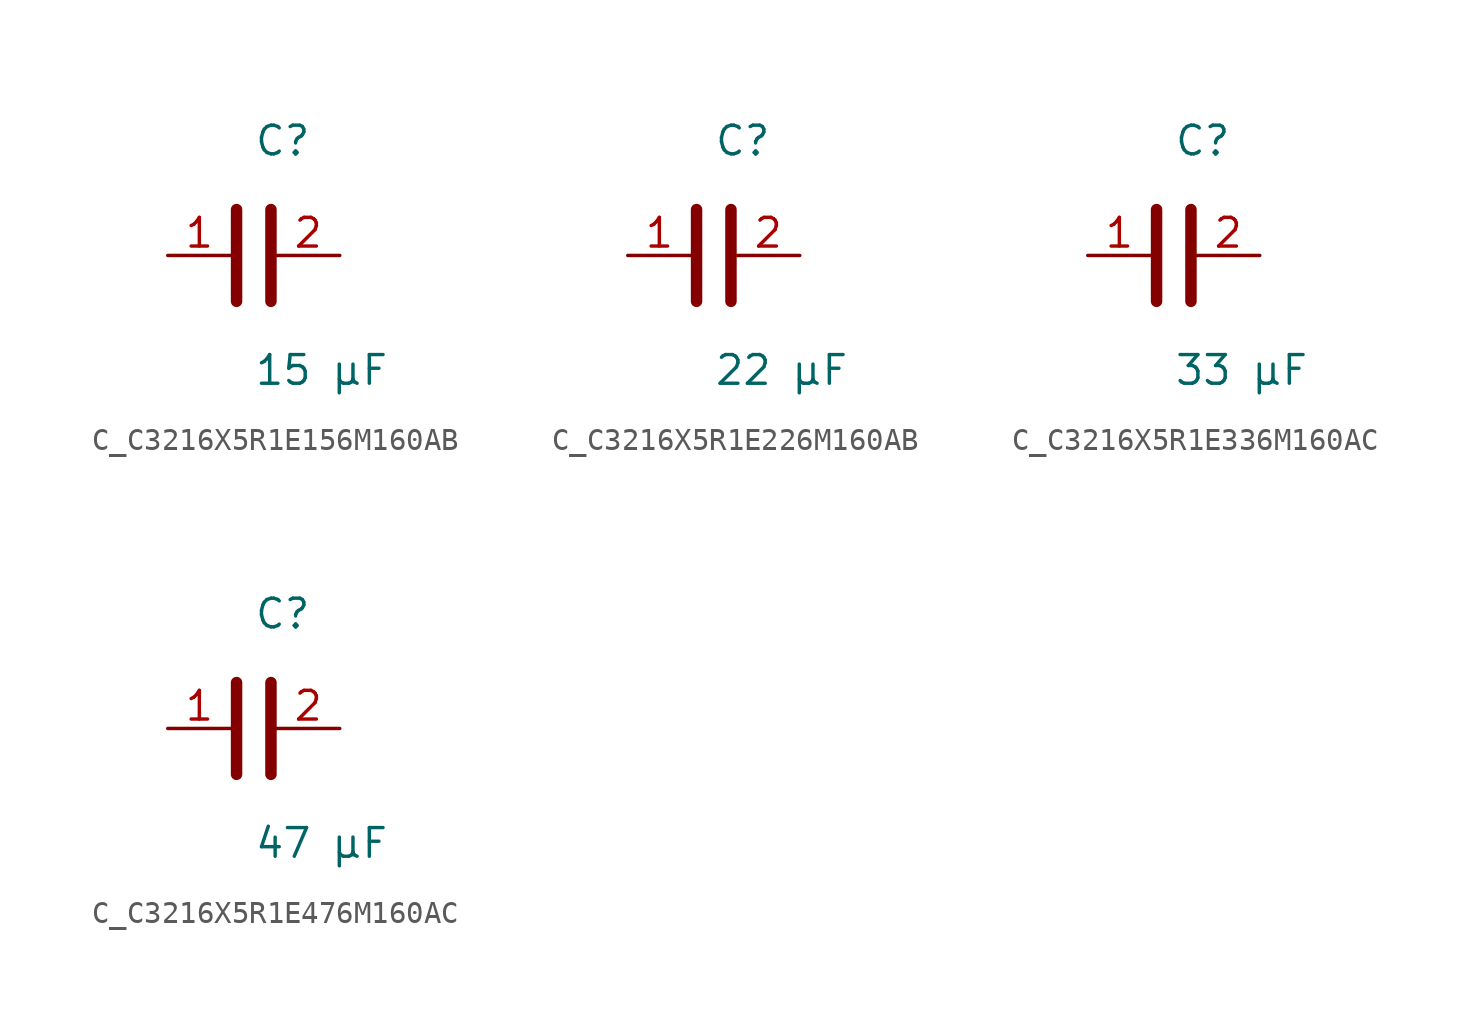
<source format=kicad_sym>
(kicad_symbol_lib
  (version 20231120)
  (generator kicad_symbol_editor)
  (generator_version 8.0)
  (symbol "C_C3216X5R1E156M160AB"
    (pin_names
      (offset 0.254))
    (property "Reference" "C"
      (at 0 5.08 0)
      (effects (font (size 1.27 1.27)) (justify left)))
    (property "Value" "15 µF"
      (at 0 -5.08 0)
      (effects (font (size 1.27 1.27)) (justify left)))
    (symbol "C_C3216X5R1E156M160AB_0_1"
      (polyline (pts (xy -0.762 -2.032) (xy -0.762 2.032)) (stroke (width 0.508) (type default)) (fill (type none)))
      (polyline (pts (xy 0.762 -2.032) (xy 0.762 2.032)) (stroke (width 0.508) (type default)) (fill (type none))))
    (pin passive line
      (at -3.81 0 0)
      (length 2.8)
      (name "" (effects (font (size 1.27 1.27))))
      (number "1" (effects (font (size 1.27 1.27)))))
    (pin passive line
      (at 3.81 0 180)
      (length 2.8)
      (name "" (effects (font (size 1.27 1.27))))
      (number "2" (effects (font (size 1.27 1.27))))))
  (symbol "C_C3216X5R1E226M160AB"
    (pin_names
      (offset 0.254))
    (property "Reference" "C"
      (at 0 5.08 0)
      (effects (font (size 1.27 1.27)) (justify left)))
    (property "Value" "22 µF"
      (at 0 -5.08 0)
      (effects (font (size 1.27 1.27)) (justify left)))
    (symbol "C_C3216X5R1E226M160AB_0_1"
      (polyline (pts (xy -0.762 -2.032) (xy -0.762 2.032)) (stroke (width 0.508) (type default)) (fill (type none)))
      (polyline (pts (xy 0.762 -2.032) (xy 0.762 2.032)) (stroke (width 0.508) (type default)) (fill (type none))))
    (pin passive line
      (at -3.81 0 0)
      (length 2.8)
      (name "" (effects (font (size 1.27 1.27))))
      (number "1" (effects (font (size 1.27 1.27)))))
    (pin passive line
      (at 3.81 0 180)
      (length 2.8)
      (name "" (effects (font (size 1.27 1.27))))
      (number "2" (effects (font (size 1.27 1.27))))))
  (symbol "C_C3216X5R1E336M160AC"
    (pin_names
      (offset 0.254))
    (property "Reference" "C"
      (at 0 5.08 0)
      (effects (font (size 1.27 1.27)) (justify left)))
    (property "Value" "33 µF"
      (at 0 -5.08 0)
      (effects (font (size 1.27 1.27)) (justify left)))
    (symbol "C_C3216X5R1E336M160AC_0_1"
      (polyline (pts (xy -0.762 -2.032) (xy -0.762 2.032)) (stroke (width 0.508) (type default)) (fill (type none)))
      (polyline (pts (xy 0.762 -2.032) (xy 0.762 2.032)) (stroke (width 0.508) (type default)) (fill (type none))))
    (pin passive line
      (at -3.81 0 0)
      (length 2.8)
      (name "" (effects (font (size 1.27 1.27))))
      (number "1" (effects (font (size 1.27 1.27)))))
    (pin passive line
      (at 3.81 0 180)
      (length 2.8)
      (name "" (effects (font (size 1.27 1.27))))
      (number "2" (effects (font (size 1.27 1.27))))))
  (symbol "C_C3216X5R1E476M160AC"
    (pin_names
      (offset 0.254))
    (property "Reference" "C"
      (at 0 5.08 0)
      (effects (font (size 1.27 1.27)) (justify left)))
    (property "Value" "47 µF"
      (at 0 -5.08 0)
      (effects (font (size 1.27 1.27)) (justify left)))
    (symbol "C_C3216X5R1E476M160AC_0_1"
      (polyline (pts (xy -0.762 -2.032) (xy -0.762 2.032)) (stroke (width 0.508) (type default)) (fill (type none)))
      (polyline (pts (xy 0.762 -2.032) (xy 0.762 2.032)) (stroke (width 0.508) (type default)) (fill (type none))))
    (pin passive line
      (at -3.81 0 0)
      (length 2.8)
      (name "" (effects (font (size 1.27 1.27))))
      (number "1" (effects (font (size 1.27 1.27)))))
    (pin passive line
      (at 3.81 0 180)
      (length 2.8)
      (name "" (effects (font (size 1.27 1.27))))
      (number "2" (effects (font (size 1.27 1.27)))))))
</source>
